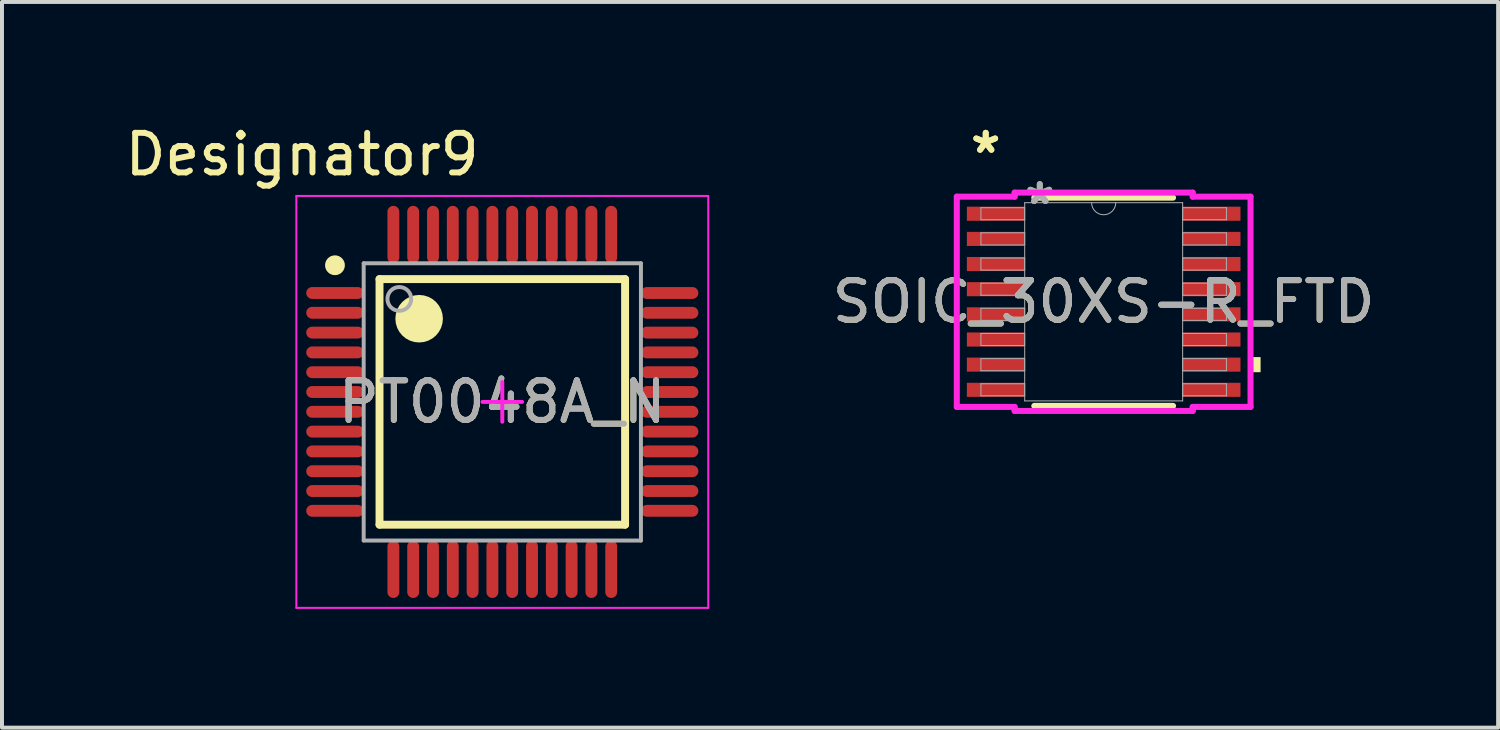
<source format=kicad_pcb>
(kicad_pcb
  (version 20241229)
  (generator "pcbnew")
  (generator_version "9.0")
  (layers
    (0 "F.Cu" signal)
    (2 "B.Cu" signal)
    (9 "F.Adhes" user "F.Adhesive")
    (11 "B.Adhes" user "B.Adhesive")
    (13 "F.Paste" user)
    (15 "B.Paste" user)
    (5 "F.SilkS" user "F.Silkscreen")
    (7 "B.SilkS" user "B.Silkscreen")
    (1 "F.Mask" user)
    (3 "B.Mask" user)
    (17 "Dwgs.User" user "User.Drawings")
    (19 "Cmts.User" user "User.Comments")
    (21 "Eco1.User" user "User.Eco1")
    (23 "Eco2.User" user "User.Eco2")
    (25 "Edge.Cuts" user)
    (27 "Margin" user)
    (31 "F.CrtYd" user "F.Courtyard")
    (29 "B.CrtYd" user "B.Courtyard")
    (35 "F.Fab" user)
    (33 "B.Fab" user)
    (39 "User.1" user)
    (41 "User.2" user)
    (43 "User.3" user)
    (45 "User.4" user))
  (footprint "PT0048A_N"
    (layer "F.Cu")
    (at 9.632 7.097)
    (property "Reference" "PT0048A_N" (at 0 0 0) (unlocked yes) (layer "F.SilkS") (effects (font (size 1 1) (thickness 0.15))))
    (attr smd)
    (fp_line (start -3.1 -3.1) (end 3.1 -3.1) (stroke (width 0.2) (type solid)) (layer "F.SilkS"))
    (fp_line (start -3.1 3.1) (end -3.1 -3.1) (stroke (width 0.2) (type solid)) (layer "F.SilkS"))
    (fp_line (start -3.1 3.1) (end 3.1 3.1) (stroke (width 0.2) (type solid)) (layer "F.SilkS"))
    (fp_line (start 3.1 3.1) (end 3.1 -3.1) (stroke (width 0.2) (type solid)) (layer "F.SilkS"))
    (fp_circle (center -4.225 -3.45) (end -4.1 -3.45) (stroke (width 0.25) (type solid)) (fill no) (layer "F.SilkS"))
    (fp_circle (center -2.1 -2.1) (end -1.8 -2.1) (stroke (width 0.6) (type solid)) (fill no) (layer "F.SilkS"))
    (fp_line (start -5.2 -5.2) (end 5.2 -5.2) (stroke (width 0.05) (type solid)) (layer "F.CrtYd"))
    (fp_line (start -5.2 5.2) (end -5.2 -5.2) (stroke (width 0.05) (type solid)) (layer "F.CrtYd"))
    (fp_line (start -5.2 5.2) (end 5.2 5.2) (stroke (width 0.05) (type solid)) (layer "F.CrtYd"))
    (fp_line (start -0.5 0) (end 0.5 0) (stroke (width 0.1) (type solid)) (layer "F.CrtYd"))
    (fp_line (start 0 0.5) (end 0 -0.5) (stroke (width 0.1) (type solid)) (layer "F.CrtYd"))
    (fp_line (start 5.2 5.2) (end 5.2 -5.2) (stroke (width 0.05) (type solid)) (layer "F.CrtYd"))
    (fp_line (start -3.5 -3.5) (end 3.5 -3.5) (stroke (width 0.1) (type solid)) (layer "F.Fab"))
    (fp_line (start -3.5 3.5) (end -3.5 -3.5) (stroke (width 0.1) (type solid)) (layer "F.Fab"))
    (fp_line (start -3.5 3.5) (end 3.5 3.5) (stroke (width 0.1) (type solid)) (layer "F.Fab"))
    (fp_line (start 3.5 3.5) (end 3.5 -3.5) (stroke (width 0.1) (type solid)) (layer "F.Fab"))
    (fp_circle (center -2.6 -2.6) (end -2.3 -2.6) (stroke (width 0.1) (type solid)) (fill no) (layer "F.Fab"))
    (fp_text user "Designator9" (at -5.055 -6.248 0) (unlocked yes) (layer "F.SilkS") (effects (font (size 1 1) (thickness 0.15))))
    (fp_text user "${REFERENCE}" (at 0 0 0) (unlocked yes) (layer "F.Fab") (effects (font (size 1 1) (thickness 0.15))))
    (pad "1" smd oval (at -4.225 -2.75 90) (size 0.3 1.45) (layers "F.Cu" "F.Mask" "F.Paste"))
    (pad "2" smd oval (at -4.225 -2.25 90) (size 0.3 1.45) (layers "F.Cu" "F.Mask" "F.Paste"))
    (pad "3" smd oval (at -4.225 -1.75 90) (size 0.3 1.45) (layers "F.Cu" "F.Mask" "F.Paste"))
    (pad "4" smd oval (at -4.225 -1.25 90) (size 0.3 1.45) (layers "F.Cu" "F.Mask" "F.Paste"))
    (pad "5" smd oval (at -4.225 -0.75 90) (size 0.3 1.45) (layers "F.Cu" "F.Mask" "F.Paste"))
    (pad "6" smd oval (at -4.225 -0.25 90) (size 0.3 1.45) (layers "F.Cu" "F.Mask" "F.Paste"))
    (pad "7" smd oval (at -4.225 0.25 90) (size 0.3 1.45) (layers "F.Cu" "F.Mask" "F.Paste"))
    (pad "8" smd oval (at -4.225 0.75 90) (size 0.3 1.45) (layers "F.Cu" "F.Mask" "F.Paste"))
    (pad "9" smd oval (at -4.225 1.25 90) (size 0.3 1.45) (layers "F.Cu" "F.Mask" "F.Paste"))
    (pad "10" smd oval (at -4.225 1.75 90) (size 0.3 1.45) (layers "F.Cu" "F.Mask" "F.Paste"))
    (pad "11" smd oval (at -4.225 2.25 90) (size 0.3 1.45) (layers "F.Cu" "F.Mask" "F.Paste"))
    (pad "12" smd oval (at -4.225 2.75 90) (size 0.3 1.45) (layers "F.Cu" "F.Mask" "F.Paste"))
    (pad "13" smd oval (at -2.75 4.225) (size 0.3 1.45) (layers "F.Cu" "F.Mask" "F.Paste"))
    (pad "14" smd oval (at -2.25 4.225) (size 0.3 1.45) (layers "F.Cu" "F.Mask" "F.Paste"))
    (pad "15" smd oval (at -1.75 4.225) (size 0.3 1.45) (layers "F.Cu" "F.Mask" "F.Paste"))
    (pad "16" smd oval (at -1.25 4.225) (size 0.3 1.45) (layers "F.Cu" "F.Mask" "F.Paste"))
    (pad "17" smd oval (at -0.75 4.225) (size 0.3 1.45) (layers "F.Cu" "F.Mask" "F.Paste"))
    (pad "18" smd oval (at -0.25 4.225) (size 0.3 1.45) (layers "F.Cu" "F.Mask" "F.Paste"))
    (pad "19" smd oval (at 0.25 4.225) (size 0.3 1.45) (layers "F.Cu" "F.Mask" "F.Paste"))
    (pad "20" smd oval (at 0.75 4.225) (size 0.3 1.45) (layers "F.Cu" "F.Mask" "F.Paste"))
    (pad "21" smd oval (at 1.25 4.225) (size 0.3 1.45) (layers "F.Cu" "F.Mask" "F.Paste"))
    (pad "22" smd oval (at 1.75 4.225) (size 0.3 1.45) (layers "F.Cu" "F.Mask" "F.Paste"))
    (pad "23" smd oval (at 2.25 4.225) (size 0.3 1.45) (layers "F.Cu" "F.Mask" "F.Paste"))
    (pad "24" smd oval (at 2.75 4.225) (size 0.3 1.45) (layers "F.Cu" "F.Mask" "F.Paste"))
    (pad "25" smd oval (at 4.225 2.75 90) (size 0.3 1.45) (layers "F.Cu" "F.Mask" "F.Paste"))
    (pad "26" smd oval (at 4.225 2.25 90) (size 0.3 1.45) (layers "F.Cu" "F.Mask" "F.Paste"))
    (pad "27" smd oval (at 4.225 1.75 90) (size 0.3 1.45) (layers "F.Cu" "F.Mask" "F.Paste"))
    (pad "28" smd oval (at 4.225 1.25 90) (size 0.3 1.45) (layers "F.Cu" "F.Mask" "F.Paste"))
    (pad "29" smd oval (at 4.225 0.75 90) (size 0.3 1.45) (layers "F.Cu" "F.Mask" "F.Paste"))
    (pad "30" smd oval (at 4.225 0.25 90) (size 0.3 1.45) (layers "F.Cu" "F.Mask" "F.Paste"))
    (pad "31" smd oval (at 4.225 -0.25 90) (size 0.3 1.45) (layers "F.Cu" "F.Mask" "F.Paste"))
    (pad "32" smd oval (at 4.225 -0.75 90) (size 0.3 1.45) (layers "F.Cu" "F.Mask" "F.Paste"))
    (pad "33" smd oval (at 4.225 -1.25 90) (size 0.3 1.45) (layers "F.Cu" "F.Mask" "F.Paste"))
    (pad "34" smd oval (at 4.225 -1.75 90) (size 0.3 1.45) (layers "F.Cu" "F.Mask" "F.Paste"))
    (pad "35" smd oval (at 4.225 -2.25 90) (size 0.3 1.45) (layers "F.Cu" "F.Mask" "F.Paste"))
    (pad "36" smd oval (at 4.225 -2.75 90) (size 0.3 1.45) (layers "F.Cu" "F.Mask" "F.Paste"))
    (pad "37" smd oval (at 2.75 -4.225) (size 0.3 1.45) (layers "F.Cu" "F.Mask" "F.Paste"))
    (pad "38" smd oval (at 2.25 -4.225) (size 0.3 1.45) (layers "F.Cu" "F.Mask" "F.Paste"))
    (pad "39" smd oval (at 1.75 -4.225) (size 0.3 1.45) (layers "F.Cu" "F.Mask" "F.Paste"))
    (pad "40" smd oval (at 1.25 -4.225) (size 0.3 1.45) (layers "F.Cu" "F.Mask" "F.Paste"))
    (pad "41" smd oval (at 0.75 -4.225) (size 0.3 1.45) (layers "F.Cu" "F.Mask" "F.Paste"))
    (pad "42" smd oval (at 0.25 -4.225) (size 0.3 1.45) (layers "F.Cu" "F.Mask" "F.Paste"))
    (pad "43" smd oval (at -0.25 -4.225) (size 0.3 1.45) (layers "F.Cu" "F.Mask" "F.Paste"))
    (pad "44" smd oval (at -0.75 -4.225) (size 0.3 1.45) (layers "F.Cu" "F.Mask" "F.Paste"))
    (pad "45" smd oval (at -1.25 -4.225) (size 0.3 1.45) (layers "F.Cu" "F.Mask" "F.Paste"))
    (pad "46" smd oval (at -1.75 -4.225) (size 0.3 1.45) (layers "F.Cu" "F.Mask" "F.Paste"))
    (pad "47" smd oval (at -2.25 -4.225) (size 0.3 1.45) (layers "F.Cu" "F.Mask" "F.Paste"))
    (pad "48" smd oval (at -2.75 -4.225) (size 0.3 1.45) (layers "F.Cu" "F.Mask" "F.Paste")))
  (footprint "SOIC_30XS-R_FTD"
    (layer "F.Cu")
    (at 24.815 4.569)
    (property "Reference" "SOIC_30XS-R_FTD" (at 0 0 0) (unlocked yes) (layer "F.SilkS") (effects (font (size 1 1) (thickness 0.15))))
    (attr smd)
    (fp_line (start -1.752 2.629) (end 1.752 2.629) (stroke (width 0.152) (type solid)) (layer "F.SilkS"))
    (fp_line (start 1.752 -2.629) (end -1.752 -2.629) (stroke (width 0.152) (type solid)) (layer "F.SilkS"))
    (fp_poly (pts (xy 3.962 1.397) (xy 3.962 1.778) (xy 3.708 1.778) (xy 3.708 1.397)) (stroke (width 0) (type solid)) (fill yes) (layer "F.SilkS"))
    (fp_line (start -3.708 -2.654) (end -2.248 -2.654) (stroke (width 0.152) (type solid)) (layer "F.CrtYd"))
    (fp_line (start -3.708 2.654) (end -3.708 -2.654) (stroke (width 0.152) (type solid)) (layer "F.CrtYd"))
    (fp_line (start -3.708 2.654) (end -2.248 2.654) (stroke (width 0.152) (type solid)) (layer "F.CrtYd"))
    (fp_line (start -2.248 -2.756) (end 2.248 -2.756) (stroke (width 0.152) (type solid)) (layer "F.CrtYd"))
    (fp_line (start -2.248 -2.654) (end -2.248 -2.756) (stroke (width 0.152) (type solid)) (layer "F.CrtYd"))
    (fp_line (start -2.248 2.756) (end -2.248 2.654) (stroke (width 0.152) (type solid)) (layer "F.CrtYd"))
    (fp_line (start 2.248 -2.756) (end 2.248 -2.654) (stroke (width 0.152) (type solid)) (layer "F.CrtYd"))
    (fp_line (start 2.248 2.654) (end 2.248 2.756) (stroke (width 0.152) (type solid)) (layer "F.CrtYd"))
    (fp_line (start 2.248 2.756) (end -2.248 2.756) (stroke (width 0.152) (type solid)) (layer "F.CrtYd"))
    (fp_line (start 3.708 -2.654) (end 2.248 -2.654) (stroke (width 0.152) (type solid)) (layer "F.CrtYd"))
    (fp_line (start 3.708 -2.654) (end 3.708 2.654) (stroke (width 0.152) (type solid)) (layer "F.CrtYd"))
    (fp_line (start 3.708 2.654) (end 2.248 2.654) (stroke (width 0.152) (type solid)) (layer "F.CrtYd"))
    (fp_line (start -3.099 -2.375) (end -3.099 -2.07) (stroke (width 0.025) (type solid)) (layer "F.Fab"))
    (fp_line (start -3.099 -2.07) (end -1.994 -2.07) (stroke (width 0.025) (type solid)) (layer "F.Fab"))
    (fp_line (start -3.099 -1.74) (end -3.099 -1.435) (stroke (width 0.025) (type solid)) (layer "F.Fab"))
    (fp_line (start -3.099 -1.435) (end -1.994 -1.435) (stroke (width 0.025) (type solid)) (layer "F.Fab"))
    (fp_line (start -3.099 -1.105) (end -3.099 -0.8) (stroke (width 0.025) (type solid)) (layer "F.Fab"))
    (fp_line (start -3.099 -0.8) (end -1.994 -0.8) (stroke (width 0.025) (type solid)) (layer "F.Fab"))
    (fp_line (start -3.099 -0.47) (end -3.099 -0.165) (stroke (width 0.025) (type solid)) (layer "F.Fab"))
    (fp_line (start -3.099 -0.165) (end -1.994 -0.165) (stroke (width 0.025) (type solid)) (layer "F.Fab"))
    (fp_line (start -3.099 0.165) (end -3.099 0.47) (stroke (width 0.025) (type solid)) (layer "F.Fab"))
    (fp_line (start -3.099 0.47) (end -1.994 0.47) (stroke (width 0.025) (type solid)) (layer "F.Fab"))
    (fp_line (start -3.099 0.8) (end -3.099 1.105) (stroke (width 0.025) (type solid)) (layer "F.Fab"))
    (fp_line (start -3.099 1.105) (end -1.994 1.105) (stroke (width 0.025) (type solid)) (layer "F.Fab"))
    (fp_line (start -3.099 1.435) (end -3.099 1.74) (stroke (width 0.025) (type solid)) (layer "F.Fab"))
    (fp_line (start -3.099 1.74) (end -1.994 1.74) (stroke (width 0.025) (type solid)) (layer "F.Fab"))
    (fp_line (start -3.099 2.07) (end -3.099 2.375) (stroke (width 0.025) (type solid)) (layer "F.Fab"))
    (fp_line (start -3.099 2.375) (end -1.994 2.375) (stroke (width 0.025) (type solid)) (layer "F.Fab"))
    (fp_line (start -1.994 -2.502) (end -1.994 2.502) (stroke (width 0.025) (type solid)) (layer "F.Fab"))
    (fp_line (start -1.994 -2.375) (end -3.099 -2.375) (stroke (width 0.025) (type solid)) (layer "F.Fab"))
    (fp_line (start -1.994 -2.07) (end -1.994 -2.375) (stroke (width 0.025) (type solid)) (layer "F.Fab"))
    (fp_line (start -1.994 -1.74) (end -3.099 -1.74) (stroke (width 0.025) (type solid)) (layer "F.Fab"))
    (fp_line (start -1.994 -1.435) (end -1.994 -1.74) (stroke (width 0.025) (type solid)) (layer "F.Fab"))
    (fp_line (start -1.994 -1.105) (end -3.099 -1.105) (stroke (width 0.025) (type solid)) (layer "F.Fab"))
    (fp_line (start -1.994 -0.8) (end -1.994 -1.105) (stroke (width 0.025) (type solid)) (layer "F.Fab"))
    (fp_line (start -1.994 -0.47) (end -3.099 -0.47) (stroke (width 0.025) (type solid)) (layer "F.Fab"))
    (fp_line (start -1.994 -0.165) (end -1.994 -0.47) (stroke (width 0.025) (type solid)) (layer "F.Fab"))
    (fp_line (start -1.994 0.165) (end -3.099 0.165) (stroke (width 0.025) (type solid)) (layer "F.Fab"))
    (fp_line (start -1.994 0.47) (end -1.994 0.165) (stroke (width 0.025) (type solid)) (layer "F.Fab"))
    (fp_line (start -1.994 0.8) (end -3.099 0.8) (stroke (width 0.025) (type solid)) (layer "F.Fab"))
    (fp_line (start -1.994 1.105) (end -1.994 0.8) (stroke (width 0.025) (type solid)) (layer "F.Fab"))
    (fp_line (start -1.994 1.435) (end -3.099 1.435) (stroke (width 0.025) (type solid)) (layer "F.Fab"))
    (fp_line (start -1.994 1.74) (end -1.994 1.435) (stroke (width 0.025) (type solid)) (layer "F.Fab"))
    (fp_line (start -1.994 2.07) (end -3.099 2.07) (stroke (width 0.025) (type solid)) (layer "F.Fab"))
    (fp_line (start -1.994 2.375) (end -1.994 2.07) (stroke (width 0.025) (type solid)) (layer "F.Fab"))
    (fp_line (start -1.994 2.502) (end 1.994 2.502) (stroke (width 0.025) (type solid)) (layer "F.Fab"))
    (fp_line (start 1.994 -2.502) (end -1.994 -2.502) (stroke (width 0.025) (type solid)) (layer "F.Fab"))
    (fp_line (start 1.994 -2.375) (end 1.994 -2.07) (stroke (width 0.025) (type solid)) (layer "F.Fab"))
    (fp_line (start 1.994 -2.07) (end 3.099 -2.07) (stroke (width 0.025) (type solid)) (layer "F.Fab"))
    (fp_line (start 1.994 -1.74) (end 1.994 -1.435) (stroke (width 0.025) (type solid)) (layer "F.Fab"))
    (fp_line (start 1.994 -1.435) (end 3.099 -1.435) (stroke (width 0.025) (type solid)) (layer "F.Fab"))
    (fp_line (start 1.994 -1.105) (end 1.994 -0.8) (stroke (width 0.025) (type solid)) (layer "F.Fab"))
    (fp_line (start 1.994 -0.8) (end 3.099 -0.8) (stroke (width 0.025) (type solid)) (layer "F.Fab"))
    (fp_line (start 1.994 -0.47) (end 1.994 -0.165) (stroke (width 0.025) (type solid)) (layer "F.Fab"))
    (fp_line (start 1.994 -0.165) (end 3.099 -0.165) (stroke (width 0.025) (type solid)) (layer "F.Fab"))
    (fp_line (start 1.994 0.165) (end 1.994 0.47) (stroke (width 0.025) (type solid)) (layer "F.Fab"))
    (fp_line (start 1.994 0.47) (end 3.099 0.47) (stroke (width 0.025) (type solid)) (layer "F.Fab"))
    (fp_line (start 1.994 0.8) (end 1.994 1.105) (stroke (width 0.025) (type solid)) (layer "F.Fab"))
    (fp_line (start 1.994 1.105) (end 3.099 1.105) (stroke (width 0.025) (type solid)) (layer "F.Fab"))
    (fp_line (start 1.994 1.435) (end 1.994 1.74) (stroke (width 0.025) (type solid)) (layer "F.Fab"))
    (fp_line (start 1.994 1.74) (end 3.099 1.74) (stroke (width 0.025) (type solid)) (layer "F.Fab"))
    (fp_line (start 1.994 2.07) (end 1.994 2.375) (stroke (width 0.025) (type solid)) (layer "F.Fab"))
    (fp_line (start 1.994 2.375) (end 3.099 2.375) (stroke (width 0.025) (type solid)) (layer "F.Fab"))
    (fp_line (start 1.994 2.502) (end 1.994 -2.502) (stroke (width 0.025) (type solid)) (layer "F.Fab"))
    (fp_line (start 3.099 -2.375) (end 1.994 -2.375) (stroke (width 0.025) (type solid)) (layer "F.Fab"))
    (fp_line (start 3.099 -2.07) (end 3.099 -2.375) (stroke (width 0.025) (type solid)) (layer "F.Fab"))
    (fp_line (start 3.099 -1.74) (end 1.994 -1.74) (stroke (width 0.025) (type solid)) (layer "F.Fab"))
    (fp_line (start 3.099 -1.435) (end 3.099 -1.74) (stroke (width 0.025) (type solid)) (layer "F.Fab"))
    (fp_line (start 3.099 -1.105) (end 1.994 -1.105) (stroke (width 0.025) (type solid)) (layer "F.Fab"))
    (fp_line (start 3.099 -0.8) (end 3.099 -1.105) (stroke (width 0.025) (type solid)) (layer "F.Fab"))
    (fp_line (start 3.099 -0.47) (end 1.994 -0.47) (stroke (width 0.025) (type solid)) (layer "F.Fab"))
    (fp_line (start 3.099 -0.165) (end 3.099 -0.47) (stroke (width 0.025) (type solid)) (layer "F.Fab"))
    (fp_line (start 3.099 0.165) (end 1.994 0.165) (stroke (width 0.025) (type solid)) (layer "F.Fab"))
    (fp_line (start 3.099 0.47) (end 3.099 0.165) (stroke (width 0.025) (type solid)) (layer "F.Fab"))
    (fp_line (start 3.099 0.8) (end 1.994 0.8) (stroke (width 0.025) (type solid)) (layer "F.Fab"))
    (fp_line (start 3.099 1.105) (end 3.099 0.8) (stroke (width 0.025) (type solid)) (layer "F.Fab"))
    (fp_line (start 3.099 1.435) (end 1.994 1.435) (stroke (width 0.025) (type solid)) (layer "F.Fab"))
    (fp_line (start 3.099 1.74) (end 3.099 1.435) (stroke (width 0.025) (type solid)) (layer "F.Fab"))
    (fp_line (start 3.099 2.07) (end 1.994 2.07) (stroke (width 0.025) (type solid)) (layer "F.Fab"))
    (fp_line (start 3.099 2.375) (end 3.099 2.07) (stroke (width 0.025) (type solid)) (layer "F.Fab"))
    (fp_arc (start 0.3048 -2.5019) (mid 0 -2.1971) (end -0.3048 -2.5019) (stroke (width 0.0254) (type solid)) (layer "F.Fab"))
    (fp_text user "*" (at -2.978 -3.721 0) (unlocked yes) (layer "F.SilkS") (effects (font (size 1 1) (thickness 0.15))))
    (fp_text user "*" (at -2.978 -3.721 0) (layer "F.SilkS") (effects (font (size 1 1) (thickness 0.15))))
    (fp_text user "*" (at -1.613 -2.426 0) (layer "F.Fab") (effects (font (size 1 1) (thickness 0.15))))
    (fp_text user "*" (at -1.613 -2.426 0) (unlocked yes) (layer "F.Fab") (effects (font (size 1 1) (thickness 0.15))))
    (fp_text user "${REFERENCE}" (at 0 0 0) (unlocked yes) (layer "F.Fab") (effects (font (size 1 1) (thickness 0.15))))
    (pad "1" smd rect (at -2.724 -2.223) (size 1.46 0.356) (layers "F.Cu" "F.Mask" "F.Paste"))
    (pad "2" smd rect (at -2.724 -1.587) (size 1.46 0.356) (layers "F.Cu" "F.Mask" "F.Paste"))
    (pad "3" smd rect (at -2.724 -0.953) (size 1.46 0.356) (layers "F.Cu" "F.Mask" "F.Paste"))
    (pad "4" smd rect (at -2.724 -0.318) (size 1.46 0.356) (layers "F.Cu" "F.Mask" "F.Paste"))
    (pad "5" smd rect (at -2.724 0.318) (size 1.46 0.356) (layers "F.Cu" "F.Mask" "F.Paste"))
    (pad "6" smd rect (at -2.724 0.953) (size 1.46 0.356) (layers "F.Cu" "F.Mask" "F.Paste"))
    (pad "7" smd rect (at -2.724 1.587) (size 1.46 0.356) (layers "F.Cu" "F.Mask" "F.Paste"))
    (pad "8" smd rect (at -2.724 2.223) (size 1.46 0.356) (layers "F.Cu" "F.Mask" "F.Paste"))
    (pad "9" smd rect (at 2.724 2.223) (size 1.46 0.356) (layers "F.Cu" "F.Mask" "F.Paste"))
    (pad "10" smd rect (at 2.724 1.587) (size 1.46 0.356) (layers "F.Cu" "F.Mask" "F.Paste"))
    (pad "11" smd rect (at 2.724 0.953) (size 1.46 0.356) (layers "F.Cu" "F.Mask" "F.Paste"))
    (pad "12" smd rect (at 2.724 0.318) (size 1.46 0.356) (layers "F.Cu" "F.Mask" "F.Paste"))
    (pad "13" smd rect (at 2.724 -0.318) (size 1.46 0.356) (layers "F.Cu" "F.Mask" "F.Paste"))
    (pad "14" smd rect (at 2.724 -0.953) (size 1.46 0.356) (layers "F.Cu" "F.Mask" "F.Paste"))
    (pad "15" smd rect (at 2.724 -1.587) (size 1.46 0.356) (layers "F.Cu" "F.Mask" "F.Paste"))
    (pad "16" smd rect (at 2.724 -2.223) (size 1.46 0.356) (layers "F.Cu" "F.Mask" "F.Paste")))
  (gr_rect
    (start -3 -3)
    (end 34.774 15.322)
    (stroke (width 0.1) (type default))
    (fill no)
    (layer "Edge.Cuts")))
</source>
